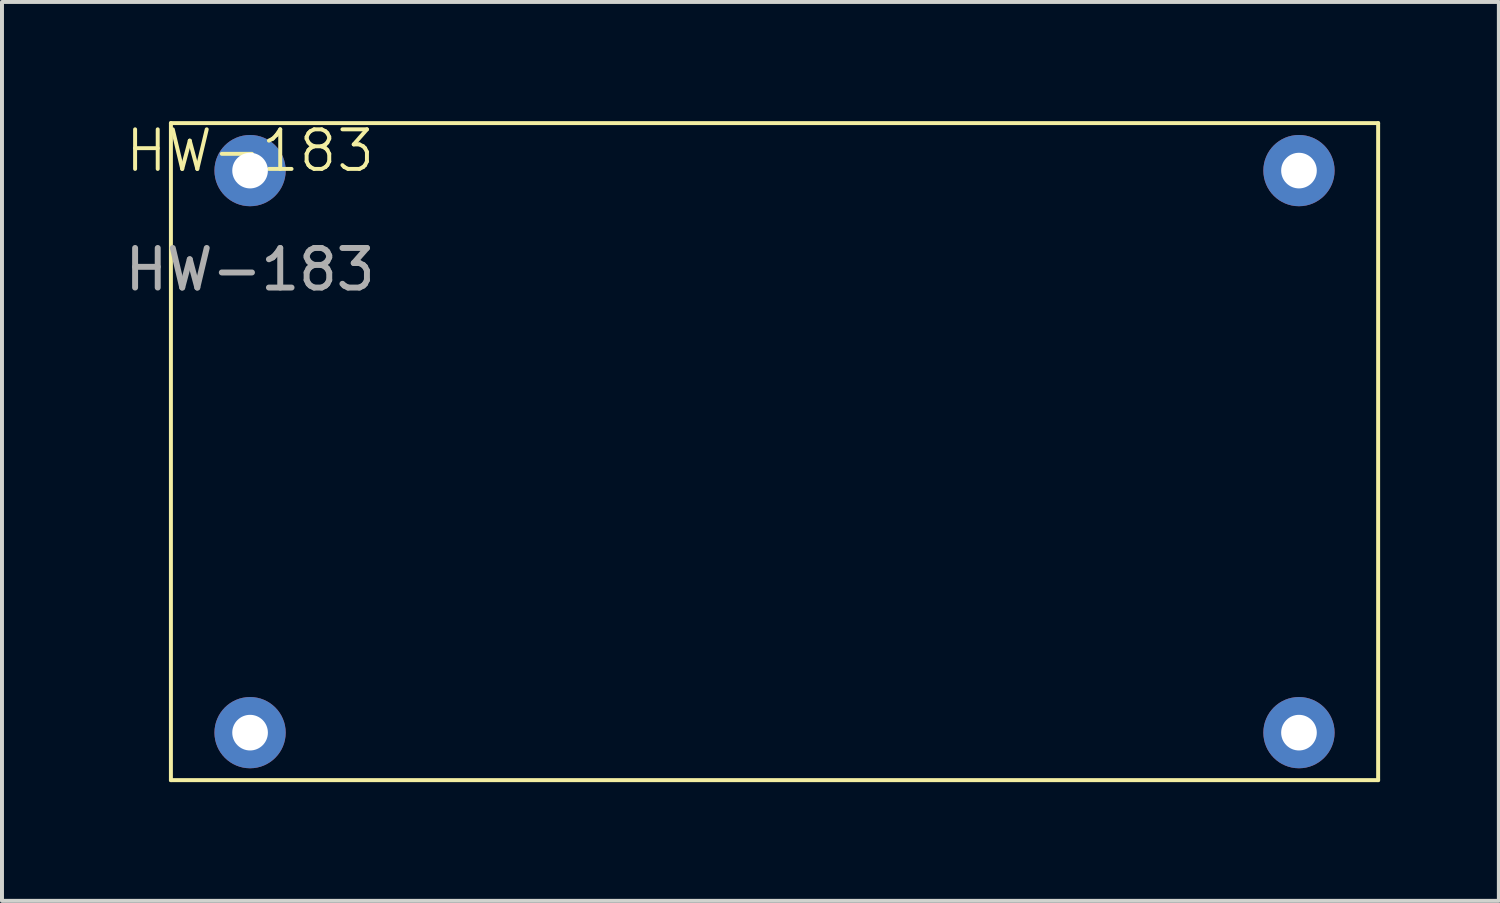
<source format=kicad_pcb>
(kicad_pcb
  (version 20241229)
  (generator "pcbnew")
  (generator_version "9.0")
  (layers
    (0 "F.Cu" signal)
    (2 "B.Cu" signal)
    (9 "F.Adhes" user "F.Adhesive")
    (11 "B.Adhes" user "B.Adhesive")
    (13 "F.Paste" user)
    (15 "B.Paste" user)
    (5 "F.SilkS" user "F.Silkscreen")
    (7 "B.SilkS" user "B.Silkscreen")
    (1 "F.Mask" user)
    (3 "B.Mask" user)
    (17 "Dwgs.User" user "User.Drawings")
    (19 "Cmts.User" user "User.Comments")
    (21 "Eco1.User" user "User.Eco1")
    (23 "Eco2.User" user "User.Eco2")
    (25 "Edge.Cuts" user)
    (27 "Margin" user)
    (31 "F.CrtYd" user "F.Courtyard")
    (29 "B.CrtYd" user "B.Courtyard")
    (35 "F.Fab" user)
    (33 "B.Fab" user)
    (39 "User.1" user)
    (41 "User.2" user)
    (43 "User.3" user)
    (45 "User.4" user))
  (footprint "HW-183"
    (layer "F.Cu")
    (at 3.268 1.26)
    (property "Reference" "HW-183" (at 0 -0.5 0) (unlocked yes) (layer "F.SilkS") (effects (font (size 1 1) (thickness 0.1))))
    (attr smd)
    (fp_line (start -2 -1.2) (end 28.5 -1.2) (stroke (width 0.1) (type default)) (layer "F.SilkS"))
    (fp_line (start -2 15.4) (end -2 -1.2) (stroke (width 0.1) (type default)) (layer "F.SilkS"))
    (fp_line (start 28.5 -1.2) (end 28.5 15.4) (stroke (width 0.1) (type default)) (layer "F.SilkS"))
    (fp_line (start 28.5 15.4) (end -2 15.4) (stroke (width 0.1) (type default)) (layer "F.SilkS"))
    (fp_text user "${REFERENCE}" (at 0 2.5 0) (unlocked yes) (layer "F.Fab") (effects (font (size 1 1) (thickness 0.15))))
    (pad "1" thru_hole circle (at 0 0) (size 1.8 1.8) (drill 0.9) (layers "*.Cu" "*.Mask"))
    (pad "2" thru_hole circle (at 0 14.2) (size 1.8 1.8) (drill 0.9) (layers "*.Cu" "*.Mask"))
    (pad "3" thru_hole circle (at 26.5 0) (size 1.8 1.8) (drill 0.9) (layers "*.Cu" "*.Mask"))
    (pad "4" thru_hole circle (at 26.5 14.2) (size 1.8 1.8) (drill 0.9) (layers "*.Cu" "*.Mask")))
  (gr_rect
    (start -3 -3)
    (end 34.818 19.71)
    (stroke (width 0.1) (type default))
    (fill no)
    (layer "Edge.Cuts")))
</source>
